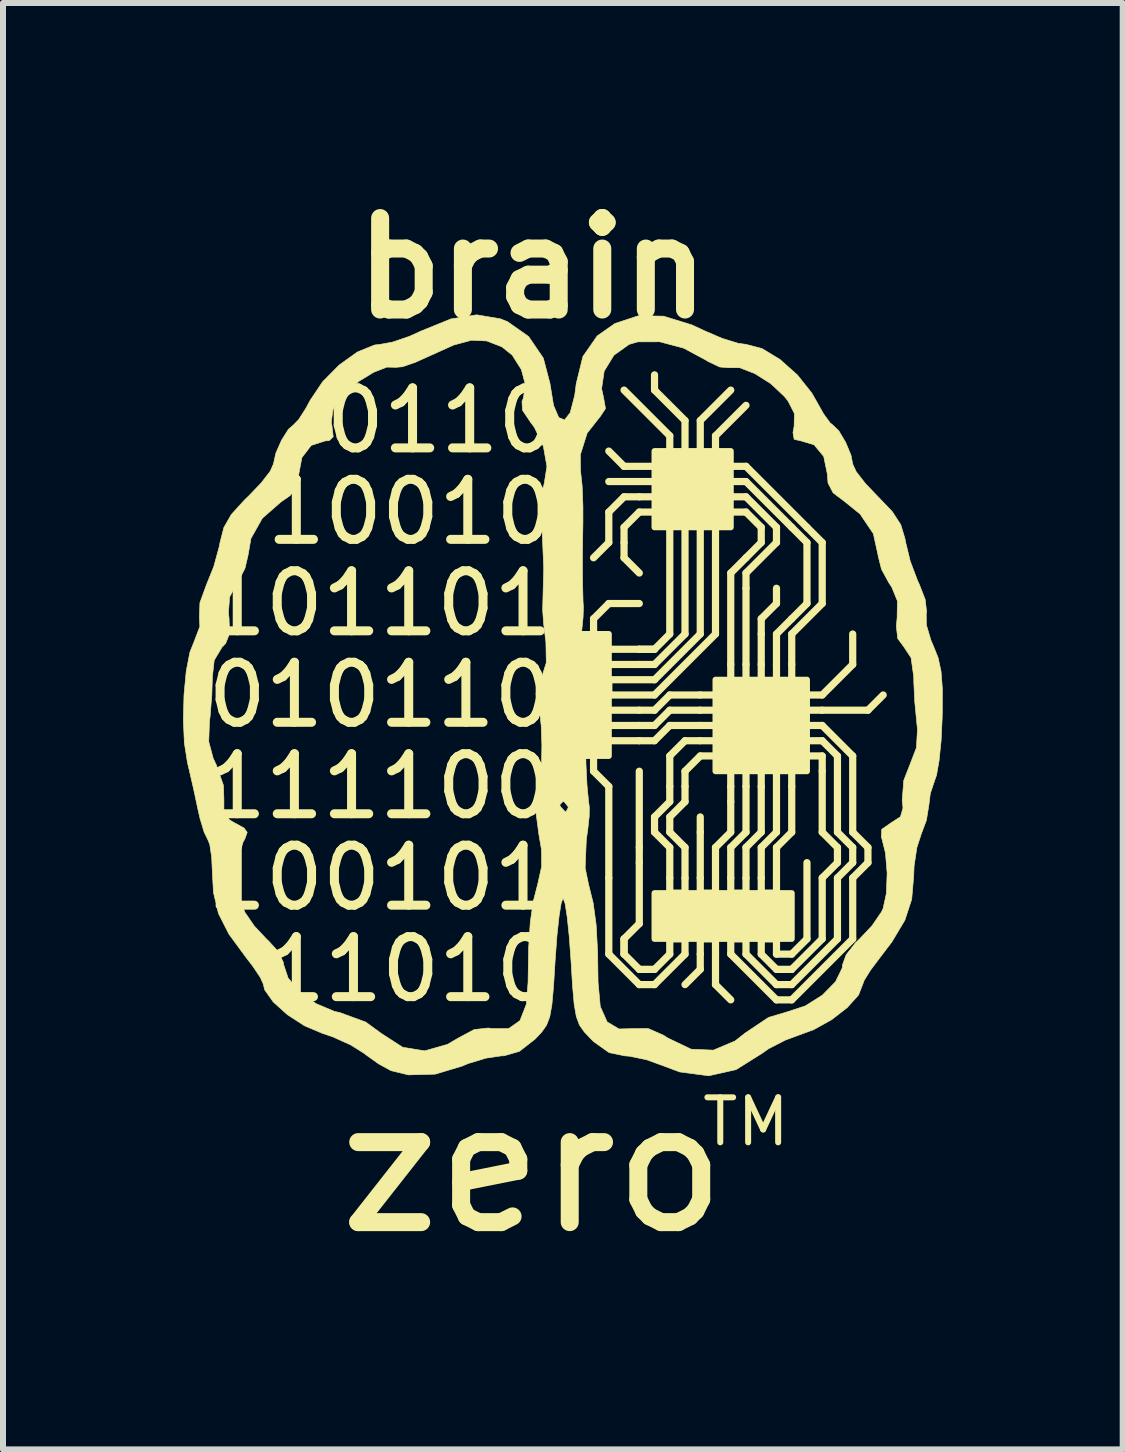
<source format=kicad_pcb>
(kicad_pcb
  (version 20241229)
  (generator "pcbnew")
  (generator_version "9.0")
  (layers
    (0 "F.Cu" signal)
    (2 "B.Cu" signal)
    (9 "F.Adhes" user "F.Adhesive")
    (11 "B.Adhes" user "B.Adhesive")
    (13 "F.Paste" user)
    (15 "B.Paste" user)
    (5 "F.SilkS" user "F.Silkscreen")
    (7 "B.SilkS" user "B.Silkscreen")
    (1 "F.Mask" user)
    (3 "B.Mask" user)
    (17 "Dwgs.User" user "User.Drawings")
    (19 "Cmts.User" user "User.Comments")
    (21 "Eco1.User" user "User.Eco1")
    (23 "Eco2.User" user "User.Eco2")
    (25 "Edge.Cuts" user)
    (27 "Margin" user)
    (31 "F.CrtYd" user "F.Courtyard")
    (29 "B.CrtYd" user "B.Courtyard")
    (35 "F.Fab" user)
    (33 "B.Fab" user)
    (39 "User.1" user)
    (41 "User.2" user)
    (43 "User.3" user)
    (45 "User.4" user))
  (footprint "brain"
    (layer "F.Cu")
    (at 6.332 8.53)
    (property "Reference" "brain" (at -0.508 -7.112 0) (layer "F.SilkS") (effects (font (size 1.524 1.524) (thickness 0.3))))
    (attr smd)
    (fp_line (start 0.508 -1.27) (end 0.762 -1.524) (stroke (width 0.12) (type solid)) (layer "F.SilkS"))
    (fp_line (start 0.508 -1.016) (end 0.508 -1.27) (stroke (width 0.12) (type solid)) (layer "F.SilkS"))
    (fp_line (start 0.508 1.016) (end 0.508 1.27) (stroke (width 0.12) (type solid)) (layer "F.SilkS"))
    (fp_line (start 0.508 1.27) (end 0.762 1.524) (stroke (width 0.12) (type solid)) (layer "F.SilkS"))
    (fp_line (start 0.762 -3.048) (end 0.762 -2.54) (stroke (width 0.12) (type solid)) (layer "F.SilkS"))
    (fp_line (start 0.762 -2.54) (end 0.508 -2.286) (stroke (width 0.12) (type solid)) (layer "F.SilkS"))
    (fp_line (start 0.762 -1.524) (end 1.27 -1.524) (stroke (width 0.12) (type solid)) (layer "F.SilkS"))
    (fp_line (start 0.762 -0.762) (end 1.27 -0.762) (stroke (width 0.12) (type solid)) (layer "F.SilkS"))
    (fp_line (start 0.762 -0.508) (end 1.27 -0.508) (stroke (width 0.12) (type solid)) (layer "F.SilkS"))
    (fp_line (start 0.762 -0.254) (end 0.762 0) (stroke (width 0.12) (type solid)) (layer "F.SilkS"))
    (fp_line (start 0.762 0) (end 1.524 0) (stroke (width 0.12) (type solid)) (layer "F.SilkS"))
    (fp_line (start 0.762 0.254) (end 1.27 0.254) (stroke (width 0.12) (type solid)) (layer "F.SilkS"))
    (fp_line (start 0.762 0.508) (end 1.27 0.508) (stroke (width 0.12) (type solid)) (layer "F.SilkS"))
    (fp_line (start 0.762 0.762) (end 1.27 0.762) (stroke (width 0.12) (type solid)) (layer "F.SilkS"))
    (fp_line (start 0.762 1.524) (end 0.762 3.048) (stroke (width 0.12) (type solid)) (layer "F.SilkS"))
    (fp_line (start 0.762 3.048) (end 0.762 4.318) (stroke (width 0.12) (type solid)) (layer "F.SilkS"))
    (fp_line (start 0.762 4.318) (end 1.27 4.826) (stroke (width 0.12) (type solid)) (layer "F.SilkS"))
    (fp_line (start 1.016 -3.81) (end 0.762 -4.064) (stroke (width 0.12) (type solid)) (layer "F.SilkS"))
    (fp_line (start 1.016 -3.302) (end 0.762 -3.048) (stroke (width 0.12) (type solid)) (layer "F.SilkS"))
    (fp_line (start 1.016 -2.794) (end 1.016 -2.54) (stroke (width 0.12) (type solid)) (layer "F.SilkS"))
    (fp_line (start 1.016 -2.54) (end 1.016 -2.286) (stroke (width 0.12) (type solid)) (layer "F.SilkS"))
    (fp_line (start 1.016 -2.286) (end 1.27 -2.032) (stroke (width 0.12) (type solid)) (layer "F.SilkS"))
    (fp_line (start 1.016 4.064) (end 1.016 4.318) (stroke (width 0.12) (type solid)) (layer "F.SilkS"))
    (fp_line (start 1.016 4.064) (end 1.27 3.81) (stroke (width 0.12) (type solid)) (layer "F.SilkS"))
    (fp_line (start 1.016 4.318) (end 1.016 4.064) (stroke (width 0.12) (type solid)) (layer "F.SilkS"))
    (fp_line (start 1.27 -3.302) (end 1.016 -3.302) (stroke (width 0.12) (type solid)) (layer "F.SilkS"))
    (fp_line (start 1.27 -3.048) (end 1.016 -2.794) (stroke (width 0.12) (type solid)) (layer "F.SilkS"))
    (fp_line (start 1.27 -0.762) (end 1.524 -0.762) (stroke (width 0.12) (type solid)) (layer "F.SilkS"))
    (fp_line (start 1.27 -0.508) (end 1.524 -0.508) (stroke (width 0.12) (type solid)) (layer "F.SilkS"))
    (fp_line (start 1.27 0.254) (end 1.524 0.254) (stroke (width 0.12) (type solid)) (layer "F.SilkS"))
    (fp_line (start 1.27 0.508) (end 1.524 0.508) (stroke (width 0.12) (type solid)) (layer "F.SilkS"))
    (fp_line (start 1.27 0.762) (end 1.524 0.762) (stroke (width 0.12) (type solid)) (layer "F.SilkS"))
    (fp_line (start 1.27 2.54) (end 1.27 1.27) (stroke (width 0.12) (type solid)) (layer "F.SilkS"))
    (fp_line (start 1.27 2.794) (end 1.27 2.54) (stroke (width 0.12) (type solid)) (layer "F.SilkS"))
    (fp_line (start 1.27 3.81) (end 1.27 2.794) (stroke (width 0.12) (type solid)) (layer "F.SilkS"))
    (fp_line (start 1.27 4.572) (end 1.016 4.318) (stroke (width 0.12) (type solid)) (layer "F.SilkS"))
    (fp_line (start 1.27 4.826) (end 1.524 4.826) (stroke (width 0.12) (type solid)) (layer "F.SilkS"))
    (fp_line (start 1.524 -5.08) (end 1.524 -5.334) (stroke (width 0.12) (type solid)) (layer "F.SilkS"))
    (fp_line (start 1.524 -3.81) (end 1.016 -3.81) (stroke (width 0.12) (type solid)) (layer "F.SilkS"))
    (fp_line (start 1.524 -3.556) (end 0.762 -3.556) (stroke (width 0.12) (type solid)) (layer "F.SilkS"))
    (fp_line (start 1.524 -3.302) (end 1.27 -3.302) (stroke (width 0.12) (type solid)) (layer "F.SilkS"))
    (fp_line (start 1.524 -3.048) (end 1.27 -3.048) (stroke (width 0.12) (type solid)) (layer "F.SilkS"))
    (fp_line (start 1.524 -0.762) (end 1.27 -0.762) (stroke (width 0.12) (type solid)) (layer "F.SilkS"))
    (fp_line (start 1.524 -0.762) (end 1.778 -1.016) (stroke (width 0.12) (type solid)) (layer "F.SilkS"))
    (fp_line (start 1.524 -0.508) (end 2.032 -1.016) (stroke (width 0.12) (type solid)) (layer "F.SilkS"))
    (fp_line (start 1.524 -0.254) (end 0.762 -0.254) (stroke (width 0.12) (type solid)) (layer "F.SilkS"))
    (fp_line (start 1.524 0) (end 2.54 -1.016) (stroke (width 0.12) (type solid)) (layer "F.SilkS"))
    (fp_line (start 1.524 0.254) (end 1.778 0) (stroke (width 0.12) (type solid)) (layer "F.SilkS"))
    (fp_line (start 1.524 0.508) (end 1.778 0.254) (stroke (width 0.12) (type solid)) (layer "F.SilkS"))
    (fp_line (start 1.524 0.762) (end 1.778 0.508) (stroke (width 0.12) (type solid)) (layer "F.SilkS"))
    (fp_line (start 1.524 2.032) (end 1.524 2.286) (stroke (width 0.12) (type solid)) (layer "F.SilkS"))
    (fp_line (start 1.524 2.286) (end 1.778 2.54) (stroke (width 0.12) (type solid)) (layer "F.SilkS"))
    (fp_line (start 1.524 4.572) (end 1.27 4.572) (stroke (width 0.12) (type solid)) (layer "F.SilkS"))
    (fp_line (start 1.524 4.826) (end 2.032 4.318) (stroke (width 0.12) (type solid)) (layer "F.SilkS"))
    (fp_line (start 1.778 -4.318) (end 1.016 -5.08) (stroke (width 0.12) (type solid)) (layer "F.SilkS"))
    (fp_line (start 1.778 -4.064) (end 1.778 -4.318) (stroke (width 0.12) (type solid)) (layer "F.SilkS"))
    (fp_line (start 1.778 -2.794) (end 1.778 -1.016) (stroke (width 0.12) (type solid)) (layer "F.SilkS"))
    (fp_line (start 1.778 0) (end 2.286 0) (stroke (width 0.12) (type solid)) (layer "F.SilkS"))
    (fp_line (start 1.778 0.254) (end 2.286 0.254) (stroke (width 0.12) (type solid)) (layer "F.SilkS"))
    (fp_line (start 1.778 0.508) (end 2.286 0.508) (stroke (width 0.12) (type solid)) (layer "F.SilkS"))
    (fp_line (start 1.778 1.016) (end 1.778 1.524) (stroke (width 0.12) (type solid)) (layer "F.SilkS"))
    (fp_line (start 1.778 1.524) (end 1.778 1.778) (stroke (width 0.12) (type solid)) (layer "F.SilkS"))
    (fp_line (start 1.778 1.778) (end 1.524 2.032) (stroke (width 0.12) (type solid)) (layer "F.SilkS"))
    (fp_line (start 1.778 2.032) (end 1.778 2.286) (stroke (width 0.12) (type solid)) (layer "F.SilkS"))
    (fp_line (start 1.778 2.286) (end 2.032 2.54) (stroke (width 0.12) (type solid)) (layer "F.SilkS"))
    (fp_line (start 1.778 2.54) (end 1.778 3.048) (stroke (width 0.12) (type solid)) (layer "F.SilkS"))
    (fp_line (start 1.778 3.048) (end 1.778 3.302) (stroke (width 0.12) (type solid)) (layer "F.SilkS"))
    (fp_line (start 1.778 3.302) (end 2.032 3.302) (stroke (width 0.12) (type solid)) (layer "F.SilkS"))
    (fp_line (start 1.778 4.064) (end 2.032 4.064) (stroke (width 0.12) (type solid)) (layer "F.SilkS"))
    (fp_line (start 1.778 4.318) (end 1.524 4.572) (stroke (width 0.12) (type solid)) (layer "F.SilkS"))
    (fp_line (start 1.778 4.318) (end 1.778 4.064) (stroke (width 0.12) (type solid)) (layer "F.SilkS"))
    (fp_line (start 2.032 -4.572) (end 1.524 -5.08) (stroke (width 0.12) (type solid)) (layer "F.SilkS"))
    (fp_line (start 2.032 -4.064) (end 2.032 -4.572) (stroke (width 0.12) (type solid)) (layer "F.SilkS"))
    (fp_line (start 2.032 -1.016) (end 2.032 -2.794) (stroke (width 0.12) (type solid)) (layer "F.SilkS"))
    (fp_line (start 2.032 0.762) (end 1.778 1.016) (stroke (width 0.12) (type solid)) (layer "F.SilkS"))
    (fp_line (start 2.032 1.524) (end 2.032 1.27) (stroke (width 0.12) (type solid)) (layer "F.SilkS"))
    (fp_line (start 2.032 1.524) (end 2.032 1.778) (stroke (width 0.12) (type solid)) (layer "F.SilkS"))
    (fp_line (start 2.032 1.778) (end 1.778 2.032) (stroke (width 0.12) (type solid)) (layer "F.SilkS"))
    (fp_line (start 2.032 3.048) (end 2.032 2.54) (stroke (width 0.12) (type solid)) (layer "F.SilkS"))
    (fp_line (start 2.032 3.302) (end 2.032 3.048) (stroke (width 0.12) (type solid)) (layer "F.SilkS"))
    (fp_line (start 2.032 4.064) (end 2.032 4.318) (stroke (width 0.12) (type solid)) (layer "F.SilkS"))
    (fp_line (start 2.286 -4.572) (end 2.794 -5.08) (stroke (width 0.12) (type solid)) (layer "F.SilkS"))
    (fp_line (start 2.286 -4.064) (end 2.286 -4.572) (stroke (width 0.12) (type solid)) (layer "F.SilkS"))
    (fp_line (start 2.286 -2.794) (end 2.286 -1.016) (stroke (width 0.12) (type solid)) (layer "F.SilkS"))
    (fp_line (start 2.286 -1.016) (end 1.524 -0.254) (stroke (width 0.12) (type solid)) (layer "F.SilkS"))
    (fp_line (start 2.286 0.254) (end 2.54 0.254) (stroke (width 0.12) (type solid)) (layer "F.SilkS"))
    (fp_line (start 2.286 0.508) (end 2.54 0.508) (stroke (width 0.12) (type solid)) (layer "F.SilkS"))
    (fp_line (start 2.286 0.762) (end 2.032 0.762) (stroke (width 0.12) (type solid)) (layer "F.SilkS"))
    (fp_line (start 2.286 0.762) (end 2.54 0.762) (stroke (width 0.12) (type solid)) (layer "F.SilkS"))
    (fp_line (start 2.286 1.016) (end 2.032 1.27) (stroke (width 0.12) (type solid)) (layer "F.SilkS"))
    (fp_line (start 2.286 1.016) (end 2.54 1.016) (stroke (width 0.12) (type solid)) (layer "F.SilkS"))
    (fp_line (start 2.286 2.032) (end 2.286 2.286) (stroke (width 0.12) (type solid)) (layer "F.SilkS"))
    (fp_line (start 2.286 3.048) (end 2.286 2.286) (stroke (width 0.12) (type solid)) (layer "F.SilkS"))
    (fp_line (start 2.286 3.048) (end 2.286 3.302) (stroke (width 0.12) (type solid)) (layer "F.SilkS"))
    (fp_line (start 2.286 3.302) (end 2.54 3.302) (stroke (width 0.12) (type solid)) (layer "F.SilkS"))
    (fp_line (start 2.286 4.064) (end 2.54 4.064) (stroke (width 0.12) (type solid)) (layer "F.SilkS"))
    (fp_line (start 2.286 4.318) (end 2.286 4.064) (stroke (width 0.12) (type solid)) (layer "F.SilkS"))
    (fp_line (start 2.286 4.318) (end 2.286 4.572) (stroke (width 0.12) (type solid)) (layer "F.SilkS"))
    (fp_line (start 2.286 4.572) (end 2.032 4.826) (stroke (width 0.12) (type solid)) (layer "F.SilkS"))
    (fp_line (start 2.54 -4.318) (end 3.048 -4.826) (stroke (width 0.12) (type solid)) (layer "F.SilkS"))
    (fp_line (start 2.54 -4.064) (end 2.54 -4.318) (stroke (width 0.12) (type solid)) (layer "F.SilkS"))
    (fp_line (start 2.54 -1.016) (end 2.54 -3.048) (stroke (width 0.12) (type solid)) (layer "F.SilkS"))
    (fp_line (start 2.54 0) (end 2.286 0) (stroke (width 0.12) (type solid)) (layer "F.SilkS"))
    (fp_line (start 2.54 2.54) (end 2.794 2.286) (stroke (width 0.12) (type solid)) (layer "F.SilkS"))
    (fp_line (start 2.54 3.048) (end 2.54 2.54) (stroke (width 0.12) (type solid)) (layer "F.SilkS"))
    (fp_line (start 2.54 3.302) (end 2.54 3.048) (stroke (width 0.12) (type solid)) (layer "F.SilkS"))
    (fp_line (start 2.54 4.064) (end 2.54 4.318) (stroke (width 0.12) (type solid)) (layer "F.SilkS"))
    (fp_line (start 2.54 4.318) (end 2.54 4.826) (stroke (width 0.12) (type solid)) (layer "F.SilkS"))
    (fp_line (start 2.54 4.826) (end 2.794 5.08) (stroke (width 0.12) (type solid)) (layer "F.SilkS"))
    (fp_line (start 2.794 -3.556) (end 3.048 -3.556) (stroke (width 0.12) (type solid)) (layer "F.SilkS"))
    (fp_line (start 2.794 -3.048) (end 3.048 -3.048) (stroke (width 0.12) (type solid)) (layer "F.SilkS"))
    (fp_line (start 2.794 -2.032) (end 2.794 -0.508) (stroke (width 0.12) (type solid)) (layer "F.SilkS"))
    (fp_line (start 2.794 -0.508) (end 2.794 -0.254) (stroke (width 0.12) (type solid)) (layer "F.SilkS"))
    (fp_line (start 2.794 1.27) (end 2.794 1.524) (stroke (width 0.12) (type solid)) (layer "F.SilkS"))
    (fp_line (start 2.794 1.524) (end 2.794 1.778) (stroke (width 0.12) (type solid)) (layer "F.SilkS"))
    (fp_line (start 2.794 2.286) (end 2.794 1.778) (stroke (width 0.12) (type solid)) (layer "F.SilkS"))
    (fp_line (start 2.794 2.54) (end 2.794 3.048) (stroke (width 0.12) (type solid)) (layer "F.SilkS"))
    (fp_line (start 2.794 3.048) (end 2.794 3.302) (stroke (width 0.12) (type solid)) (layer "F.SilkS"))
    (fp_line (start 2.794 3.302) (end 3.048 3.302) (stroke (width 0.12) (type solid)) (layer "F.SilkS"))
    (fp_line (start 2.794 4.064) (end 3.048 4.064) (stroke (width 0.12) (type solid)) (layer "F.SilkS"))
    (fp_line (start 2.794 4.318) (end 2.794 4.064) (stroke (width 0.12) (type solid)) (layer "F.SilkS"))
    (fp_line (start 2.794 4.318) (end 3.556 5.08) (stroke (width 0.12) (type solid)) (layer "F.SilkS"))
    (fp_line (start 3.048 -3.81) (end 2.794 -3.81) (stroke (width 0.12) (type solid)) (layer "F.SilkS"))
    (fp_line (start 3.048 -3.556) (end 3.81 -2.794) (stroke (width 0.12) (type solid)) (layer "F.SilkS"))
    (fp_line (start 3.048 -3.302) (end 2.54 -3.302) (stroke (width 0.12) (type solid)) (layer "F.SilkS"))
    (fp_line (start 3.048 -3.048) (end 3.302 -2.794) (stroke (width 0.12) (type solid)) (layer "F.SilkS"))
    (fp_line (start 3.048 -2.286) (end 2.794 -2.032) (stroke (width 0.12) (type solid)) (layer "F.SilkS"))
    (fp_line (start 3.048 -2.032) (end 3.556 -2.54) (stroke (width 0.12) (type solid)) (layer "F.SilkS"))
    (fp_line (start 3.048 -1.778) (end 3.048 -2.032) (stroke (width 0.12) (type solid)) (layer "F.SilkS"))
    (fp_line (start 3.048 -1.778) (end 3.048 -0.508) (stroke (width 0.12) (type solid)) (layer "F.SilkS"))
    (fp_line (start 3.048 -0.254) (end 3.048 -0.508) (stroke (width 0.12) (type solid)) (layer "F.SilkS"))
    (fp_line (start 3.048 1.27) (end 3.048 1.524) (stroke (width 0.12) (type solid)) (layer "F.SilkS"))
    (fp_line (start 3.048 1.524) (end 3.048 2.286) (stroke (width 0.12) (type solid)) (layer "F.SilkS"))
    (fp_line (start 3.048 2.286) (end 2.794 2.54) (stroke (width 0.12) (type solid)) (layer "F.SilkS"))
    (fp_line (start 3.048 2.54) (end 3.302 2.286) (stroke (width 0.12) (type solid)) (layer "F.SilkS"))
    (fp_line (start 3.048 3.048) (end 3.048 2.54) (stroke (width 0.12) (type solid)) (layer "F.SilkS"))
    (fp_line (start 3.048 3.302) (end 3.048 3.048) (stroke (width 0.12) (type solid)) (layer "F.SilkS"))
    (fp_line (start 3.048 4.064) (end 3.048 4.318) (stroke (width 0.12) (type solid)) (layer "F.SilkS"))
    (fp_line (start 3.048 4.318) (end 3.556 4.826) (stroke (width 0.12) (type solid)) (layer "F.SilkS"))
    (fp_line (start 3.302 -2.794) (end 3.302 -2.54) (stroke (width 0.12) (type solid)) (layer "F.SilkS"))
    (fp_line (start 3.302 -2.54) (end 3.048 -2.286) (stroke (width 0.12) (type solid)) (layer "F.SilkS"))
    (fp_line (start 3.302 -1.27) (end 3.556 -1.524) (stroke (width 0.12) (type solid)) (layer "F.SilkS"))
    (fp_line (start 3.302 -1.016) (end 3.302 -1.27) (stroke (width 0.12) (type solid)) (layer "F.SilkS"))
    (fp_line (start 3.302 -0.508) (end 3.302 -1.016) (stroke (width 0.12) (type solid)) (layer "F.SilkS"))
    (fp_line (start 3.302 -0.254) (end 3.302 -0.508) (stroke (width 0.12) (type solid)) (layer "F.SilkS"))
    (fp_line (start 3.302 1.27) (end 3.302 1.524) (stroke (width 0.12) (type solid)) (layer "F.SilkS"))
    (fp_line (start 3.302 2.286) (end 3.302 1.524) (stroke (width 0.12) (type solid)) (layer "F.SilkS"))
    (fp_line (start 3.302 2.54) (end 3.556 2.286) (stroke (width 0.12) (type solid)) (layer "F.SilkS"))
    (fp_line (start 3.302 3.048) (end 3.302 2.54) (stroke (width 0.12) (type solid)) (layer "F.SilkS"))
    (fp_line (start 3.302 3.048) (end 3.302 3.302) (stroke (width 0.12) (type solid)) (layer "F.SilkS"))
    (fp_line (start 3.302 3.302) (end 3.556 3.302) (stroke (width 0.12) (type solid)) (layer "F.SilkS"))
    (fp_line (start 3.302 4.064) (end 3.556 4.064) (stroke (width 0.12) (type solid)) (layer "F.SilkS"))
    (fp_line (start 3.302 4.318) (end 3.302 4.064) (stroke (width 0.12) (type solid)) (layer "F.SilkS"))
    (fp_line (start 3.302 4.318) (end 3.556 4.572) (stroke (width 0.12) (type solid)) (layer "F.SilkS"))
    (fp_line (start 3.556 -2.794) (end 3.048 -3.302) (stroke (width 0.12) (type solid)) (layer "F.SilkS"))
    (fp_line (start 3.556 -2.54) (end 3.556 -2.794) (stroke (width 0.12) (type solid)) (layer "F.SilkS"))
    (fp_line (start 3.556 -1.524) (end 3.556 -1.778) (stroke (width 0.12) (type solid)) (layer "F.SilkS"))
    (fp_line (start 3.556 -1.016) (end 3.556 -0.508) (stroke (width 0.12) (type solid)) (layer "F.SilkS"))
    (fp_line (start 3.556 -0.254) (end 3.556 -0.508) (stroke (width 0.12) (type solid)) (layer "F.SilkS"))
    (fp_line (start 3.556 1.27) (end 3.556 1.524) (stroke (width 0.12) (type solid)) (layer "F.SilkS"))
    (fp_line (start 3.556 2.286) (end 3.556 1.524) (stroke (width 0.12) (type solid)) (layer "F.SilkS"))
    (fp_line (start 3.556 2.54) (end 3.81 2.286) (stroke (width 0.12) (type solid)) (layer "F.SilkS"))
    (fp_line (start 3.556 3.048) (end 3.556 2.54) (stroke (width 0.12) (type solid)) (layer "F.SilkS"))
    (fp_line (start 3.556 3.302) (end 3.556 3.048) (stroke (width 0.12) (type solid)) (layer "F.SilkS"))
    (fp_line (start 3.556 4.064) (end 3.556 4.318) (stroke (width 0.12) (type solid)) (layer "F.SilkS"))
    (fp_line (start 3.556 4.318) (end 3.81 4.318) (stroke (width 0.12) (type solid)) (layer "F.SilkS"))
    (fp_line (start 3.556 4.572) (end 3.81 4.572) (stroke (width 0.12) (type solid)) (layer "F.SilkS"))
    (fp_line (start 3.556 4.826) (end 3.81 4.826) (stroke (width 0.12) (type solid)) (layer "F.SilkS"))
    (fp_line (start 3.556 5.08) (end 3.81 5.08) (stroke (width 0.12) (type solid)) (layer "F.SilkS"))
    (fp_line (start 3.81 -2.794) (end 4.064 -2.54) (stroke (width 0.12) (type solid)) (layer "F.SilkS"))
    (fp_line (start 3.81 -1.27) (end 3.556 -1.016) (stroke (width 0.12) (type solid)) (layer "F.SilkS"))
    (fp_line (start 3.81 -1.016) (end 4.318 -1.524) (stroke (width 0.12) (type solid)) (layer "F.SilkS"))
    (fp_line (start 3.81 -0.508) (end 3.81 -1.016) (stroke (width 0.12) (type solid)) (layer "F.SilkS"))
    (fp_line (start 3.81 -0.254) (end 3.81 -0.508) (stroke (width 0.12) (type solid)) (layer "F.SilkS"))
    (fp_line (start 3.81 1.27) (end 3.81 1.524) (stroke (width 0.12) (type solid)) (layer "F.SilkS"))
    (fp_line (start 3.81 2.286) (end 3.81 1.524) (stroke (width 0.12) (type solid)) (layer "F.SilkS"))
    (fp_line (start 3.81 4.318) (end 4.064 4.064) (stroke (width 0.12) (type solid)) (layer "F.SilkS"))
    (fp_line (start 3.81 4.572) (end 4.318 4.064) (stroke (width 0.12) (type solid)) (layer "F.SilkS"))
    (fp_line (start 3.81 4.826) (end 4.572 4.064) (stroke (width 0.12) (type solid)) (layer "F.SilkS"))
    (fp_line (start 3.81 5.08) (end 4.826 4.064) (stroke (width 0.12) (type solid)) (layer "F.SilkS"))
    (fp_line (start 4.064 -2.794) (end 3.048 -3.81) (stroke (width 0.12) (type solid)) (layer "F.SilkS"))
    (fp_line (start 4.064 -2.54) (end 4.064 -1.524) (stroke (width 0.12) (type solid)) (layer "F.SilkS"))
    (fp_line (start 4.064 -1.524) (end 3.81 -1.27) (stroke (width 0.12) (type solid)) (layer "F.SilkS"))
    (fp_line (start 4.064 0) (end 4.318 0) (stroke (width 0.12) (type solid)) (layer "F.SilkS"))
    (fp_line (start 4.064 0.254) (end 4.318 0.254) (stroke (width 0.12) (type solid)) (layer "F.SilkS"))
    (fp_line (start 4.064 0.508) (end 4.318 0.508) (stroke (width 0.12) (type solid)) (layer "F.SilkS"))
    (fp_line (start 4.064 0.762) (end 4.318 0.762) (stroke (width 0.12) (type solid)) (layer "F.SilkS"))
    (fp_line (start 4.064 1.016) (end 4.318 1.016) (stroke (width 0.12) (type solid)) (layer "F.SilkS"))
    (fp_line (start 4.064 4.064) (end 4.064 2.794) (stroke (width 0.12) (type solid)) (layer "F.SilkS"))
    (fp_line (start 4.318 -2.54) (end 4.064 -2.794) (stroke (width 0.12) (type solid)) (layer "F.SilkS"))
    (fp_line (start 4.318 -1.524) (end 4.318 -2.54) (stroke (width 0.12) (type solid)) (layer "F.SilkS"))
    (fp_line (start 4.318 0) (end 4.826 -0.508) (stroke (width 0.12) (type solid)) (layer "F.SilkS"))
    (fp_line (start 4.318 0.254) (end 5.08 0.254) (stroke (width 0.12) (type solid)) (layer "F.SilkS"))
    (fp_line (start 4.318 1.27) (end 4.318 1.016) (stroke (width 0.12) (type solid)) (layer "F.SilkS"))
    (fp_line (start 4.318 2.286) (end 4.318 1.27) (stroke (width 0.12) (type solid)) (layer "F.SilkS"))
    (fp_line (start 4.318 3.048) (end 4.572 2.794) (stroke (width 0.12) (type solid)) (layer "F.SilkS"))
    (fp_line (start 4.318 4.064) (end 4.318 3.048) (stroke (width 0.12) (type solid)) (layer "F.SilkS"))
    (fp_line (start 4.572 1.016) (end 4.318 0.762) (stroke (width 0.12) (type solid)) (layer "F.SilkS"))
    (fp_line (start 4.572 2.286) (end 4.572 1.016) (stroke (width 0.12) (type solid)) (layer "F.SilkS"))
    (fp_line (start 4.572 2.54) (end 4.318 2.286) (stroke (width 0.12) (type solid)) (layer "F.SilkS"))
    (fp_line (start 4.572 2.794) (end 4.572 2.54) (stroke (width 0.12) (type solid)) (layer "F.SilkS"))
    (fp_line (start 4.572 3.048) (end 4.826 2.794) (stroke (width 0.12) (type solid)) (layer "F.SilkS"))
    (fp_line (start 4.572 4.064) (end 4.572 3.048) (stroke (width 0.12) (type solid)) (layer "F.SilkS"))
    (fp_line (start 4.826 -0.508) (end 4.826 -1.016) (stroke (width 0.12) (type solid)) (layer "F.SilkS"))
    (fp_line (start 4.826 1.016) (end 4.318 0.508) (stroke (width 0.12) (type solid)) (layer "F.SilkS"))
    (fp_line (start 4.826 2.286) (end 4.826 1.016) (stroke (width 0.12) (type solid)) (layer "F.SilkS"))
    (fp_line (start 4.826 2.54) (end 4.572 2.286) (stroke (width 0.12) (type solid)) (layer "F.SilkS"))
    (fp_line (start 4.826 2.794) (end 4.826 2.54) (stroke (width 0.12) (type solid)) (layer "F.SilkS"))
    (fp_line (start 4.826 3.048) (end 5.08 2.794) (stroke (width 0.12) (type solid)) (layer "F.SilkS"))
    (fp_line (start 4.826 4.064) (end 4.826 3.048) (stroke (width 0.12) (type solid)) (layer "F.SilkS"))
    (fp_line (start 5.08 0.254) (end 5.334 0) (stroke (width 0.12) (type solid)) (layer "F.SilkS"))
    (fp_line (start 5.08 2.54) (end 4.826 2.286) (stroke (width 0.12) (type solid)) (layer "F.SilkS"))
    (fp_line (start 5.08 2.794) (end 5.08 2.54) (stroke (width 0.12) (type solid)) (layer "F.SilkS"))
    (fp_poly (pts (xy 0.762 1.016) (xy 0 1.016) (xy 0 -1.016) (xy 0.762 -1.016)) (stroke (width 0.1) (type solid)) (fill yes) (layer "F.SilkS"))
    (fp_poly (pts (xy 2.794 -2.794) (xy 1.524 -2.794) (xy 1.524 -4.064) (xy 2.794 -4.064)) (stroke (width 0.1) (type solid)) (fill yes) (layer "F.SilkS"))
    (fp_poly (pts (xy 3.81 4.064) (xy 1.524 4.064) (xy 1.524 3.302) (xy 3.81 3.302)) (stroke (width 0.1) (type solid)) (fill yes) (layer "F.SilkS"))
    (fp_poly (pts (xy 4.064 1.27) (xy 2.54 1.27) (xy 2.54 -0.254) (xy 4.064 -0.254)) (stroke (width 0.1) (type solid)) (fill yes) (layer "F.SilkS"))
    (fp_poly (pts (xy -1.046 -6.268) (xy -0.927 -6.221) (xy -0.574 -5.973) (xy -0.329 -5.613) (xy -0.219 -5.194) (xy -0.159 -4.827) (xy -0.072 -4.623) (xy 0.025 -4.582) (xy 0.119 -4.704) (xy 0.194 -4.991) (xy 0.219 -5.185) (xy 0.33 -5.639) (xy 0.569 -5.983) (xy 0.863 -6.189) (xy 1.255 -6.319) (xy 1.674 -6.312) (xy 2.147 -6.166) (xy 2.362 -6.066) (xy 2.65 -5.942) (xy 2.917 -5.86) (xy 3.048 -5.842) (xy 3.313 -5.773) (xy 3.613 -5.592) (xy 3.905 -5.332) (xy 4.145 -5.03) (xy 4.214 -4.909) (xy 4.34 -4.685) (xy 4.45 -4.534) (xy 4.491 -4.501) (xy 4.595 -4.401) (xy 4.709 -4.209) (xy 4.798 -3.994) (xy 4.826 -3.848) (xy 4.884 -3.721) (xy 5.036 -3.525) (xy 5.238 -3.314) (xy 5.485 -3.056) (xy 5.627 -2.837) (xy 5.698 -2.601) (xy 5.706 -2.553) (xy 5.785 -2.228) (xy 5.909 -1.9) (xy 5.933 -1.85) (xy 6.034 -1.591) (xy 6.058 -1.382) (xy 6.051 -1.348) (xy 6.054 -1.166) (xy 6.129 -0.913) (xy 6.168 -0.823) (xy 6.25 -0.618) (xy 6.298 -0.395) (xy 6.32 -0.108) (xy 6.319 0.293) (xy 6.317 0.381) (xy 6.299 0.763) (xy 6.265 1.096) (xy 6.223 1.336) (xy 6.196 1.413) (xy 6.119 1.642) (xy 6.095 1.836) (xy 6.054 2.088) (xy 5.968 2.317) (xy 5.895 2.543) (xy 5.849 2.85) (xy 5.842 3.02) (xy 5.809 3.405) (xy 5.695 3.753) (xy 5.478 4.116) (xy 5.281 4.375) (xy 5.121 4.588) (xy 5.017 4.756) (xy 4.995 4.816) (xy 4.924 4.998) (xy 4.736 5.208) (xy 4.473 5.412) (xy 4.177 5.576) (xy 4.012 5.637) (xy 3.703 5.751) (xy 3.425 5.894) (xy 3.313 5.973) (xy 2.882 6.243) (xy 2.426 6.345) (xy 1.943 6.281) (xy 1.681 6.183) (xy 1.392 6.078) (xy 1.108 6.019) (xy 1.029 6.013) (xy 0.767 5.959) (xy 0.514 5.779) (xy 0.469 5.736) (xy 0.354 5.614) (xy 0.274 5.501) (xy 0.221 5.359) (xy 0.185 5.153) (xy 0.158 4.849) (xy 0.132 4.423) (xy 0.103 4.027) (xy 0.069 3.701) (xy 0.034 3.476) (xy 0.002 3.387) (xy 0 3.387) (xy -0.031 3.466) (xy -0.066 3.682) (xy -0.101 4.002) (xy -0.13 4.395) (xy -0.132 4.423) (xy -0.159 4.858) (xy -0.186 5.16) (xy -0.222 5.363) (xy -0.276 5.504) (xy -0.356 5.617) (xy -0.469 5.736) (xy -0.727 5.938) (xy -0.983 6.012) (xy -1.029 6.013) (xy -1.284 6.051) (xy -1.584 6.142) (xy -1.681 6.183) (xy -2.131 6.318) (xy -2.577 6.33) (xy -2.868 6.259) (xy -3.071 6.148) (xy -3.295 5.988) (xy -3.311 5.974) (xy -3.536 5.832) (xy -3.838 5.696) (xy -4.012 5.637) (xy -4.308 5.512) (xy -4.595 5.326) (xy -4.829 5.115) (xy -4.972 4.913) (xy -4.995 4.816) (xy -5.045 4.705) (xy -5.173 4.515) (xy -5.281 4.375) (xy -5.568 3.984) (xy -5.742 3.641) (xy -5.825 3.291) (xy -5.842 2.984) (xy -5.855 2.703) (xy -5.887 2.49) (xy -5.92 2.409) (xy -5.981 2.284) (xy -6.05 2.055) (xy -6.084 1.905) (xy -6.156 1.567) (xy -6.235 1.225) (xy -6.259 1.125) (xy -6.309 0.806) (xy -6.311 0.779) (xy -5.904 0.779) (xy -5.828 1.06) (xy -5.778 1.165) (xy -5.659 1.507) (xy -5.651 1.751) (xy -5.652 1.958) (xy -5.556 2.082) (xy -5.491 2.121) (xy -5.317 2.216) (xy -5.263 2.288) (xy -5.302 2.396) (xy -5.334 2.456) (xy -5.414 2.732) (xy -5.426 3.084) (xy -5.372 3.431) (xy -5.302 3.621) (xy -5.144 3.851) (xy -4.936 4.072) (xy -4.914 4.091) (xy -4.747 4.275) (xy -4.66 4.457) (xy -4.657 4.49) (xy -4.582 4.715) (xy -4.387 4.946) (xy -4.114 5.144) (xy -3.808 5.273) (xy -3.723 5.291) (xy -3.288 5.45) (xy -3.027 5.641) (xy -2.672 5.87) (xy -2.305 5.93) (xy -1.924 5.821) (xy -1.747 5.717) (xy -1.481 5.575) (xy -1.247 5.549) (xy -1.183 5.559) (xy -0.907 5.559) (xy -0.718 5.426) (xy -0.612 5.154) (xy -0.583 4.787) (xy -0.574 4.22) (xy -0.546 3.781) (xy -0.494 3.429) (xy -0.421 3.146) (xy -0.357 2.858) (xy -0.36 2.574) (xy -0.404 2.316) (xy -0.456 1.923) (xy -0.444 1.83) (xy -0.056 1.83) (xy -0.042 1.863) (xy 0.034 1.943) (xy 0.047 1.947) (xy 0.084 1.882) (xy 0.085 1.863) (xy 0.02 1.781) (xy -0.005 1.778) (xy -0.056 1.83) (xy -0.444 1.83) (xy -0.423 1.65) (xy -0.422 1.646) (xy -0.382 1.453) (xy -0.359 1.166) (xy -0.353 0.836) (xy -0.364 0.516) (xy -0.391 0.26) (xy -0.434 0.119) (xy -0.434 0.119) (xy -0.45 -0.022) (xy -0.374 -0.242) (xy -0.371 -0.249) (xy -0.28 -0.537) (xy -0.28 -0.565) (xy 0.276 -0.565) (xy 0.358 -0.275) (xy 0.371 -0.249) (xy 0.455 -0.006) (xy 0.424 0.127) (xy 0.396 0.244) (xy 0.38 0.486) (xy 0.375 0.807) (xy 0.382 1.161) (xy 0.399 1.505) (xy 0.427 1.794) (xy 0.437 1.863) (xy 0.436 2.018) (xy 0.409 2.266) (xy 0.388 2.4) (xy 0.368 2.882) (xy 0.426 3.162) (xy 0.502 3.467) (xy 0.551 3.828) (xy 0.576 4.286) (xy 0.583 4.787) (xy 0.62 5.191) (xy 0.735 5.448) (xy 0.932 5.565) (xy 1.183 5.559) (xy 1.419 5.558) (xy 1.67 5.668) (xy 1.747 5.717) (xy 2.134 5.902) (xy 2.505 5.918) (xy 2.865 5.766) (xy 3.033 5.634) (xy 3.423 5.373) (xy 3.732 5.281) (xy 4.037 5.181) (xy 4.321 5.001) (xy 4.54 4.778) (xy 4.651 4.55) (xy 4.657 4.493) (xy 4.717 4.329) (xy 4.87 4.132) (xy 4.943 4.062) (xy 5.148 3.845) (xy 5.305 3.616) (xy 5.332 3.561) (xy 5.387 3.307) (xy 5.4 2.971) (xy 5.372 2.633) (xy 5.307 2.372) (xy 5.303 2.365) (xy 5.31 2.238) (xy 5.467 2.129) (xy 5.622 2.029) (xy 5.664 1.883) (xy 5.651 1.756) (xy 5.677 1.423) (xy 5.778 1.165) (xy 5.888 0.878) (xy 5.905 0.574) (xy 5.892 0.445) (xy 5.86 0.111) (xy 5.844 -0.223) (xy 5.843 -0.302) (xy 5.799 -0.619) (xy 5.684 -0.794) (xy 5.576 -0.941) (xy 5.553 -1.147) (xy 5.566 -1.281) (xy 5.571 -1.567) (xy 5.476 -1.799) (xy 5.431 -1.865) (xy 5.306 -2.094) (xy 5.25 -2.318) (xy 5.249 -2.329) (xy 5.17 -2.688) (xy 4.949 -3.015) (xy 4.701 -3.216) (xy 4.5 -3.368) (xy 4.415 -3.531) (xy 4.403 -3.684) (xy 4.343 -3.975) (xy 4.182 -4.169) (xy 3.967 -4.233) (xy 3.851 -4.26) (xy 3.831 -4.371) (xy 3.85 -4.476) (xy 3.855 -4.691) (xy 3.747 -4.9) (xy 3.688 -4.974) (xy 3.46 -5.188) (xy 3.194 -5.356) (xy 2.942 -5.453) (xy 2.762 -5.453) (xy 2.61 -5.465) (xy 2.411 -5.56) (xy 2.386 -5.577) (xy 2.01 -5.779) (xy 1.612 -5.885) (xy 1.246 -5.884) (xy 1.101 -5.842) (xy 0.847 -5.661) (xy 0.685 -5.396) (xy 0.642 -5.103) (xy 0.673 -4.964) (xy 0.707 -4.772) (xy 0.625 -4.648) (xy 0.401 -4.362) (xy 0.288 -4.004) (xy 0.291 -3.735) (xy 0.318 -3.483) (xy 0.331 -3.145) (xy 0.331 -2.879) (xy 0.323 -2.381) (xy 0.324 -1.921) (xy 0.333 -1.554) (xy 0.339 -1.46) (xy 0.333 -1.289) (xy 0.307 -1.032) (xy 0.291 -0.918) (xy 0.276 -0.565) (xy -0.28 -0.565) (xy -0.286 -0.882) (xy -0.291 -0.918) (xy -0.324 -1.188) (xy -0.339 -1.405) (xy -0.339 -1.46) (xy -0.322 -2.118) (xy -0.352 -2.818) (xy -0.353 -2.836) (xy -0.362 -3.143) (xy -0.343 -3.405) (xy -0.313 -3.528) (xy -0.269 -3.809) (xy -0.328 -4.142) (xy -0.477 -4.458) (xy -0.546 -4.551) (xy -0.677 -4.746) (xy -0.684 -4.893) (xy -0.664 -4.938) (xy -0.625 -5.16) (xy -0.695 -5.423) (xy -0.847 -5.663) (xy -1.019 -5.801) (xy -1.272 -5.899) (xy -1.525 -5.911) (xy -1.822 -5.831) (xy -2.186 -5.667) (xy -2.459 -5.544) (xy -2.676 -5.469) (xy -2.791 -5.459) (xy -2.792 -5.46) (xy -2.936 -5.463) (xy -3.156 -5.377) (xy -3.401 -5.228) (xy -3.623 -5.045) (xy -3.688 -4.974) (xy -3.835 -4.752) (xy -3.862 -4.547) (xy -3.85 -4.476) (xy -3.83 -4.303) (xy -3.895 -4.239) (xy -3.967 -4.233) (xy -4.197 -4.158) (xy -4.352 -3.955) (xy -4.403 -3.684) (xy -4.432 -3.475) (xy -4.548 -3.323) (xy -4.701 -3.216) (xy -5.011 -2.945) (xy -5.201 -2.607) (xy -5.249 -2.329) (xy -5.3 -2.11) (xy -5.421 -1.877) (xy -5.431 -1.865) (xy -5.556 -1.632) (xy -5.576 -1.369) (xy -5.566 -1.281) (xy -5.556 -1.025) (xy -5.622 -0.859) (xy -5.684 -0.794) (xy -5.813 -0.578) (xy -5.843 -0.302) (xy -5.853 0.008) (xy -5.881 0.355) (xy -5.892 0.445) (xy -5.904 0.779) (xy -6.311 0.779) (xy -6.327 0.413) (xy -6.316 -0.004) (xy -6.279 -0.396) (xy -6.218 -0.712) (xy -6.149 -0.885) (xy -6.052 -1.14) (xy -6.059 -1.302) (xy -6.051 -1.537) (xy -5.945 -1.829) (xy -5.944 -1.832) (xy -5.821 -2.137) (xy -5.728 -2.475) (xy -5.716 -2.54) (xy -5.652 -2.79) (xy -5.527 -3.008) (xy -5.307 -3.25) (xy -5.24 -3.314) (xy -5.029 -3.534) (xy -4.88 -3.727) (xy -4.826 -3.848) (xy -4.786 -4.029) (xy -4.691 -4.245) (xy -4.576 -4.427) (xy -4.491 -4.501) (xy -4.406 -4.588) (xy -4.285 -4.777) (xy -4.214 -4.909) (xy -4.007 -5.218) (xy -3.73 -5.498) (xy -3.427 -5.715) (xy -3.143 -5.831) (xy -3.048 -5.842) (xy -2.839 -5.88) (xy -2.557 -5.977) (xy -2.368 -6.063) (xy -1.869 -6.266) (xy -1.438 -6.334) (xy -1.046 -6.268)) (stroke (width 0.01) (type solid)) (fill yes) (layer "F.SilkS"))
    (fp_text user "0110" (at -2.032 -4.572 0) (layer "F.SilkS") (effects (font (size 1 1) (thickness 0.15))))
    (fp_text user "TM" (at 3.048 7.112 0) (layer "F.SilkS") (effects (font (size 0.75 0.75) (thickness 0.1))))
    (fp_text user "100101" (at -3.048 3.048 0) (layer "F.SilkS") (effects (font (size 1 1) (thickness 0.15))))
    (fp_text user "zero" (at -0.508 7.874 0) (layer "F.SilkS") (effects (font (size 2 2) (thickness 0.3))))
    (fp_text user "111100" (at -3.048 1.524 0) (layer "F.SilkS") (effects (font (size 1 1) (thickness 0.15))))
    (fp_text user "010110" (at -3.048 0 0) (layer "F.SilkS") (effects (font (size 1 1) (thickness 0.15))))
    (fp_text user "10010" (at -2.54 -3.048 0) (layer "F.SilkS") (effects (font (size 1 1) (thickness 0.15))))
    (fp_text user "101101" (at -3.048 -1.524 0) (layer "F.SilkS") (effects (font (size 1 1) (thickness 0.15))))
    (fp_text user "11010" (at -2.54 4.572 0) (layer "F.SilkS") (effects (font (size 1 1) (thickness 0.15)))))
  (gr_rect
    (start -3 -3)
    (end 15.657 21.101)
    (stroke (width 0.1) (type default))
    (fill no)
    (layer "Edge.Cuts")))
</source>
